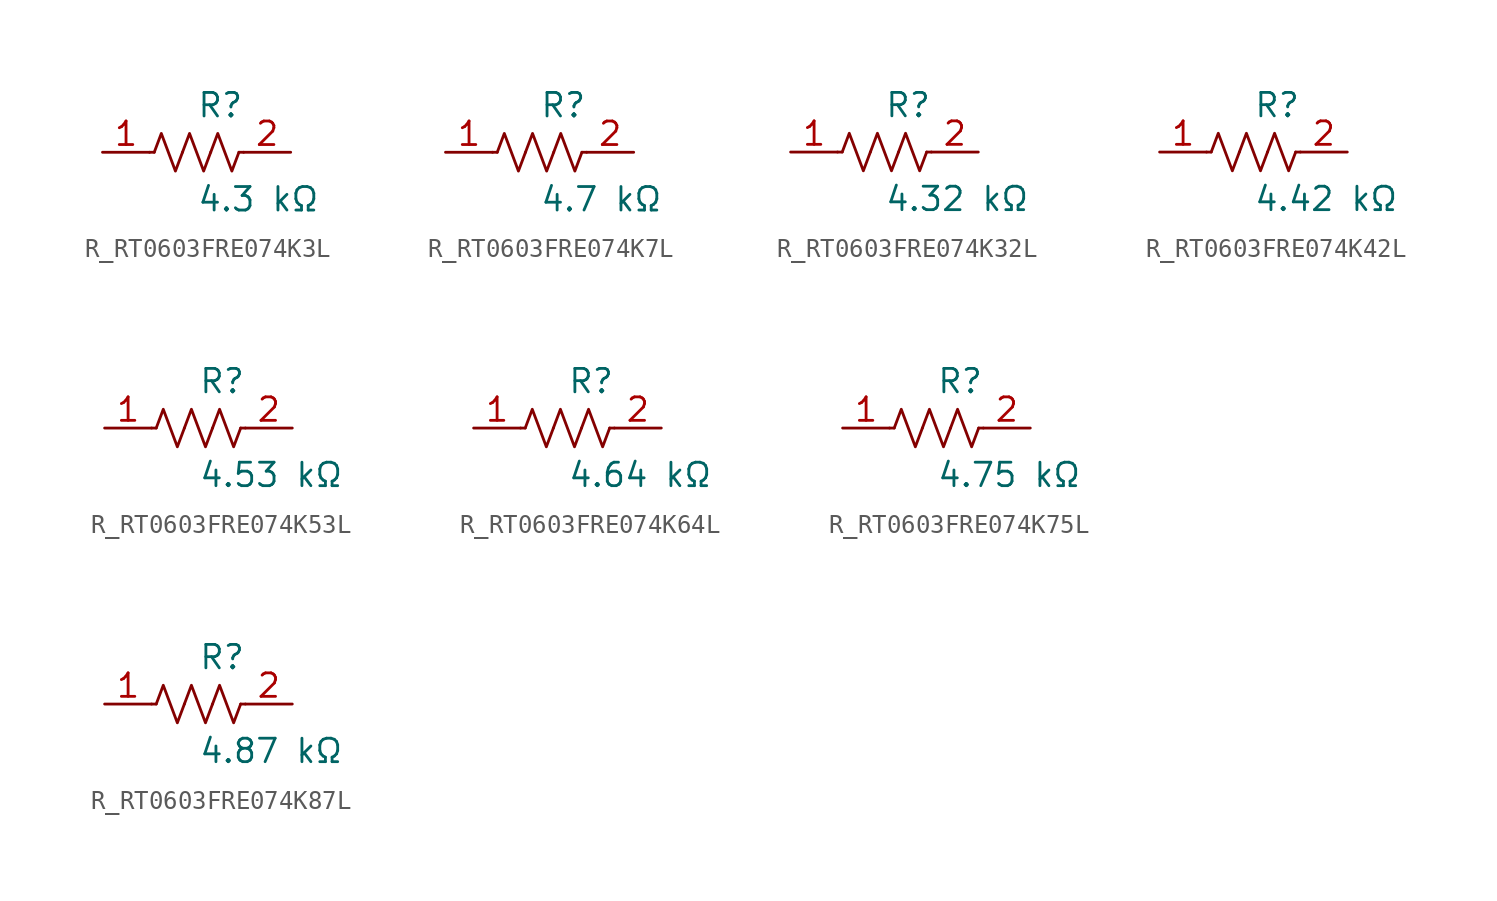
<source format=kicad_sym>
(kicad_symbol_lib
  (version 20231120)
  (generator kicad_symbol_editor)
  (generator_version 8.0)
  (symbol "R_RT0603FRE074K3L"
    (pin_names
      (offset 0.254))
    (property "Reference" "R"
      (at 0.0 2.54 0)
      (effects (font (size 1.27 1.27)) (justify left)))
    (property "Value" "4.3 kΩ"
      (at 0.0 -2.54 0)
      (effects (font (size 1.27 1.27)) (justify left)))
    (symbol "R_RT0603FRE074K3L_0_1"
      (polyline (pts (xy 2.286 0) (xy 2.54 0)) (stroke (width 0) (type default)) (fill (type none)))
      (polyline (pts (xy -2.286 0) (xy -2.54 0)) (stroke (width 0) (type default)) (fill (type none)))
      (polyline (pts (xy 0.762 0) (xy 1.143 1.016) (xy 1.524 0) (xy 1.905 -1.016) (xy 2.286 0)) (stroke (width 0) (type default)) (fill (type none)))
      (polyline (pts (xy -0.762 0) (xy -0.381 1.016) (xy 0 0) (xy 0.381 -1.016) (xy 0.762 0)) (stroke (width 0) (type default)) (fill (type none)))
      (polyline (pts (xy -2.286 0) (xy -1.905 1.016) (xy -1.524 0) (xy -1.143 -1.016) (xy -0.762 0)) (stroke (width 0) (type default)) (fill (type none))))
    (pin unspecified line
      (at -5.08 0 0)
      (length 2.54)
      (name "" (effects (font (size 1.27 1.27))))
      (number "1" (effects (font (size 1.27 1.27)))))
    (pin unspecified line
      (at 5.08 0 180)
      (length 2.54)
      (name "" (effects (font (size 1.27 1.27))))
      (number "2" (effects (font (size 1.27 1.27))))))
  (symbol "R_RT0603FRE074K7L"
    (pin_names
      (offset 0.254))
    (property "Reference" "R"
      (at 0.0 2.54 0)
      (effects (font (size 1.27 1.27)) (justify left)))
    (property "Value" "4.7 kΩ"
      (at 0.0 -2.54 0)
      (effects (font (size 1.27 1.27)) (justify left)))
    (symbol "R_RT0603FRE074K7L_0_1"
      (polyline (pts (xy 2.286 0) (xy 2.54 0)) (stroke (width 0) (type default)) (fill (type none)))
      (polyline (pts (xy -2.286 0) (xy -2.54 0)) (stroke (width 0) (type default)) (fill (type none)))
      (polyline (pts (xy 0.762 0) (xy 1.143 1.016) (xy 1.524 0) (xy 1.905 -1.016) (xy 2.286 0)) (stroke (width 0) (type default)) (fill (type none)))
      (polyline (pts (xy -0.762 0) (xy -0.381 1.016) (xy 0 0) (xy 0.381 -1.016) (xy 0.762 0)) (stroke (width 0) (type default)) (fill (type none)))
      (polyline (pts (xy -2.286 0) (xy -1.905 1.016) (xy -1.524 0) (xy -1.143 -1.016) (xy -0.762 0)) (stroke (width 0) (type default)) (fill (type none))))
    (pin unspecified line
      (at -5.08 0 0)
      (length 2.54)
      (name "" (effects (font (size 1.27 1.27))))
      (number "1" (effects (font (size 1.27 1.27)))))
    (pin unspecified line
      (at 5.08 0 180)
      (length 2.54)
      (name "" (effects (font (size 1.27 1.27))))
      (number "2" (effects (font (size 1.27 1.27))))))
  (symbol "R_RT0603FRE074K32L"
    (pin_names
      (offset 0.254))
    (property "Reference" "R"
      (at 0.0 2.54 0)
      (effects (font (size 1.27 1.27)) (justify left)))
    (property "Value" "4.32 kΩ"
      (at 0.0 -2.54 0)
      (effects (font (size 1.27 1.27)) (justify left)))
    (symbol "R_RT0603FRE074K32L_0_1"
      (polyline (pts (xy 2.286 0) (xy 2.54 0)) (stroke (width 0) (type default)) (fill (type none)))
      (polyline (pts (xy -2.286 0) (xy -2.54 0)) (stroke (width 0) (type default)) (fill (type none)))
      (polyline (pts (xy 0.762 0) (xy 1.143 1.016) (xy 1.524 0) (xy 1.905 -1.016) (xy 2.286 0)) (stroke (width 0) (type default)) (fill (type none)))
      (polyline (pts (xy -0.762 0) (xy -0.381 1.016) (xy 0 0) (xy 0.381 -1.016) (xy 0.762 0)) (stroke (width 0) (type default)) (fill (type none)))
      (polyline (pts (xy -2.286 0) (xy -1.905 1.016) (xy -1.524 0) (xy -1.143 -1.016) (xy -0.762 0)) (stroke (width 0) (type default)) (fill (type none))))
    (pin unspecified line
      (at -5.08 0 0)
      (length 2.54)
      (name "" (effects (font (size 1.27 1.27))))
      (number "1" (effects (font (size 1.27 1.27)))))
    (pin unspecified line
      (at 5.08 0 180)
      (length 2.54)
      (name "" (effects (font (size 1.27 1.27))))
      (number "2" (effects (font (size 1.27 1.27))))))
  (symbol "R_RT0603FRE074K42L"
    (pin_names
      (offset 0.254))
    (property "Reference" "R"
      (at 0.0 2.54 0)
      (effects (font (size 1.27 1.27)) (justify left)))
    (property "Value" "4.42 kΩ"
      (at 0.0 -2.54 0)
      (effects (font (size 1.27 1.27)) (justify left)))
    (symbol "R_RT0603FRE074K42L_0_1"
      (polyline (pts (xy 2.286 0) (xy 2.54 0)) (stroke (width 0) (type default)) (fill (type none)))
      (polyline (pts (xy -2.286 0) (xy -2.54 0)) (stroke (width 0) (type default)) (fill (type none)))
      (polyline (pts (xy 0.762 0) (xy 1.143 1.016) (xy 1.524 0) (xy 1.905 -1.016) (xy 2.286 0)) (stroke (width 0) (type default)) (fill (type none)))
      (polyline (pts (xy -0.762 0) (xy -0.381 1.016) (xy 0 0) (xy 0.381 -1.016) (xy 0.762 0)) (stroke (width 0) (type default)) (fill (type none)))
      (polyline (pts (xy -2.286 0) (xy -1.905 1.016) (xy -1.524 0) (xy -1.143 -1.016) (xy -0.762 0)) (stroke (width 0) (type default)) (fill (type none))))
    (pin unspecified line
      (at -5.08 0 0)
      (length 2.54)
      (name "" (effects (font (size 1.27 1.27))))
      (number "1" (effects (font (size 1.27 1.27)))))
    (pin unspecified line
      (at 5.08 0 180)
      (length 2.54)
      (name "" (effects (font (size 1.27 1.27))))
      (number "2" (effects (font (size 1.27 1.27))))))
  (symbol "R_RT0603FRE074K53L"
    (pin_names
      (offset 0.254))
    (property "Reference" "R"
      (at 0.0 2.54 0)
      (effects (font (size 1.27 1.27)) (justify left)))
    (property "Value" "4.53 kΩ"
      (at 0.0 -2.54 0)
      (effects (font (size 1.27 1.27)) (justify left)))
    (symbol "R_RT0603FRE074K53L_0_1"
      (polyline (pts (xy 2.286 0) (xy 2.54 0)) (stroke (width 0) (type default)) (fill (type none)))
      (polyline (pts (xy -2.286 0) (xy -2.54 0)) (stroke (width 0) (type default)) (fill (type none)))
      (polyline (pts (xy 0.762 0) (xy 1.143 1.016) (xy 1.524 0) (xy 1.905 -1.016) (xy 2.286 0)) (stroke (width 0) (type default)) (fill (type none)))
      (polyline (pts (xy -0.762 0) (xy -0.381 1.016) (xy 0 0) (xy 0.381 -1.016) (xy 0.762 0)) (stroke (width 0) (type default)) (fill (type none)))
      (polyline (pts (xy -2.286 0) (xy -1.905 1.016) (xy -1.524 0) (xy -1.143 -1.016) (xy -0.762 0)) (stroke (width 0) (type default)) (fill (type none))))
    (pin unspecified line
      (at -5.08 0 0)
      (length 2.54)
      (name "" (effects (font (size 1.27 1.27))))
      (number "1" (effects (font (size 1.27 1.27)))))
    (pin unspecified line
      (at 5.08 0 180)
      (length 2.54)
      (name "" (effects (font (size 1.27 1.27))))
      (number "2" (effects (font (size 1.27 1.27))))))
  (symbol "R_RT0603FRE074K64L"
    (pin_names
      (offset 0.254))
    (property "Reference" "R"
      (at 0.0 2.54 0)
      (effects (font (size 1.27 1.27)) (justify left)))
    (property "Value" "4.64 kΩ"
      (at 0.0 -2.54 0)
      (effects (font (size 1.27 1.27)) (justify left)))
    (symbol "R_RT0603FRE074K64L_0_1"
      (polyline (pts (xy 2.286 0) (xy 2.54 0)) (stroke (width 0) (type default)) (fill (type none)))
      (polyline (pts (xy -2.286 0) (xy -2.54 0)) (stroke (width 0) (type default)) (fill (type none)))
      (polyline (pts (xy 0.762 0) (xy 1.143 1.016) (xy 1.524 0) (xy 1.905 -1.016) (xy 2.286 0)) (stroke (width 0) (type default)) (fill (type none)))
      (polyline (pts (xy -0.762 0) (xy -0.381 1.016) (xy 0 0) (xy 0.381 -1.016) (xy 0.762 0)) (stroke (width 0) (type default)) (fill (type none)))
      (polyline (pts (xy -2.286 0) (xy -1.905 1.016) (xy -1.524 0) (xy -1.143 -1.016) (xy -0.762 0)) (stroke (width 0) (type default)) (fill (type none))))
    (pin unspecified line
      (at -5.08 0 0)
      (length 2.54)
      (name "" (effects (font (size 1.27 1.27))))
      (number "1" (effects (font (size 1.27 1.27)))))
    (pin unspecified line
      (at 5.08 0 180)
      (length 2.54)
      (name "" (effects (font (size 1.27 1.27))))
      (number "2" (effects (font (size 1.27 1.27))))))
  (symbol "R_RT0603FRE074K75L"
    (pin_names
      (offset 0.254))
    (property "Reference" "R"
      (at 0.0 2.54 0)
      (effects (font (size 1.27 1.27)) (justify left)))
    (property "Value" "4.75 kΩ"
      (at 0.0 -2.54 0)
      (effects (font (size 1.27 1.27)) (justify left)))
    (symbol "R_RT0603FRE074K75L_0_1"
      (polyline (pts (xy 2.286 0) (xy 2.54 0)) (stroke (width 0) (type default)) (fill (type none)))
      (polyline (pts (xy -2.286 0) (xy -2.54 0)) (stroke (width 0) (type default)) (fill (type none)))
      (polyline (pts (xy 0.762 0) (xy 1.143 1.016) (xy 1.524 0) (xy 1.905 -1.016) (xy 2.286 0)) (stroke (width 0) (type default)) (fill (type none)))
      (polyline (pts (xy -0.762 0) (xy -0.381 1.016) (xy 0 0) (xy 0.381 -1.016) (xy 0.762 0)) (stroke (width 0) (type default)) (fill (type none)))
      (polyline (pts (xy -2.286 0) (xy -1.905 1.016) (xy -1.524 0) (xy -1.143 -1.016) (xy -0.762 0)) (stroke (width 0) (type default)) (fill (type none))))
    (pin unspecified line
      (at -5.08 0 0)
      (length 2.54)
      (name "" (effects (font (size 1.27 1.27))))
      (number "1" (effects (font (size 1.27 1.27)))))
    (pin unspecified line
      (at 5.08 0 180)
      (length 2.54)
      (name "" (effects (font (size 1.27 1.27))))
      (number "2" (effects (font (size 1.27 1.27))))))
  (symbol "R_RT0603FRE074K87L"
    (pin_names
      (offset 0.254))
    (property "Reference" "R"
      (at 0.0 2.54 0)
      (effects (font (size 1.27 1.27)) (justify left)))
    (property "Value" "4.87 kΩ"
      (at 0.0 -2.54 0)
      (effects (font (size 1.27 1.27)) (justify left)))
    (symbol "R_RT0603FRE074K87L_0_1"
      (polyline (pts (xy 2.286 0) (xy 2.54 0)) (stroke (width 0) (type default)) (fill (type none)))
      (polyline (pts (xy -2.286 0) (xy -2.54 0)) (stroke (width 0) (type default)) (fill (type none)))
      (polyline (pts (xy 0.762 0) (xy 1.143 1.016) (xy 1.524 0) (xy 1.905 -1.016) (xy 2.286 0)) (stroke (width 0) (type default)) (fill (type none)))
      (polyline (pts (xy -0.762 0) (xy -0.381 1.016) (xy 0 0) (xy 0.381 -1.016) (xy 0.762 0)) (stroke (width 0) (type default)) (fill (type none)))
      (polyline (pts (xy -2.286 0) (xy -1.905 1.016) (xy -1.524 0) (xy -1.143 -1.016) (xy -0.762 0)) (stroke (width 0) (type default)) (fill (type none))))
    (pin unspecified line
      (at -5.08 0 0)
      (length 2.54)
      (name "" (effects (font (size 1.27 1.27))))
      (number "1" (effects (font (size 1.27 1.27)))))
    (pin unspecified line
      (at 5.08 0 180)
      (length 2.54)
      (name "" (effects (font (size 1.27 1.27))))
      (number "2" (effects (font (size 1.27 1.27)))))))
</source>
